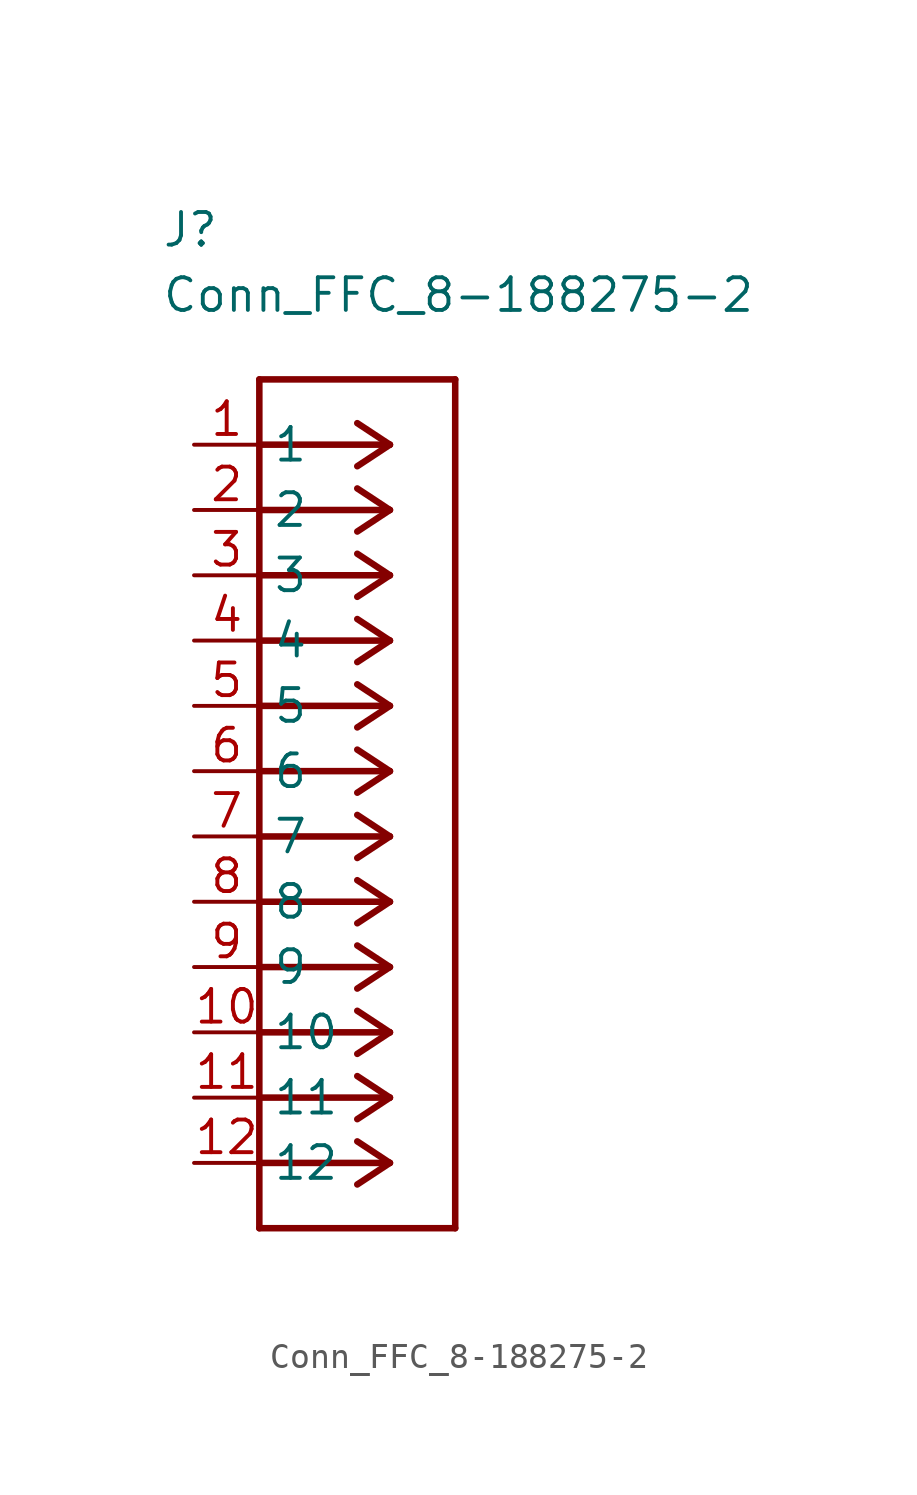
<source format=kicad_sym>
(kicad_symbol_lib
  (version 20211014)
  (generator kicad_symbol_editor)
  (symbol "Conn_FFC_8-188275-2"
    (property "Reference" "J"
      (at -1.27 7.62 0)
      (effects (font (size 1.27 1.27) (thickness 0.15)) (justify left bottom)))
    (property "Value" "Conn_FFC_8-188275-2"
      (at -1.27 5.08 0)
      (effects (font (size 1.27 1.27) (thickness 0.15)) (justify left bottom)))
    (symbol "Conn_FFC_8-188275-2_1_1"
      (polyline (pts (xy 2.54 -30.48) (xy 10.16 -30.48)) (stroke (width 0.254) (type default) (color 0 0 0 0)) (fill (type background)))
      (polyline (pts (xy 2.54 2.54) (xy 2.54 -30.48)) (stroke (width 0.254) (type default) (color 0 0 0 0)) (fill (type background)))
      (polyline (pts (xy 7.62 -27.94) (xy 2.54 -27.94)) (stroke (width 0.254) (type default) (color 0 0 0 0)) (fill (type background)))
      (polyline (pts (xy 7.62 -27.94) (xy 6.35 -28.778)) (stroke (width 0.254) (type default) (color 0 0 0 0)) (fill (type background)))
      (polyline (pts (xy 7.62 -27.94) (xy 6.35 -27.102)) (stroke (width 0.254) (type default) (color 0 0 0 0)) (fill (type background)))
      (polyline (pts (xy 7.62 -25.4) (xy 2.54 -25.4)) (stroke (width 0.254) (type default) (color 0 0 0 0)) (fill (type background)))
      (polyline (pts (xy 7.62 -25.4) (xy 6.35 -26.238)) (stroke (width 0.254) (type default) (color 0 0 0 0)) (fill (type background)))
      (polyline (pts (xy 7.62 -25.4) (xy 6.35 -24.562)) (stroke (width 0.254) (type default) (color 0 0 0 0)) (fill (type background)))
      (polyline (pts (xy 7.62 -22.86) (xy 2.54 -22.86)) (stroke (width 0.254) (type default) (color 0 0 0 0)) (fill (type background)))
      (polyline (pts (xy 7.62 -22.86) (xy 6.35 -23.698)) (stroke (width 0.254) (type default) (color 0 0 0 0)) (fill (type background)))
      (polyline (pts (xy 7.62 -22.86) (xy 6.35 -22.022)) (stroke (width 0.254) (type default) (color 0 0 0 0)) (fill (type background)))
      (polyline (pts (xy 7.62 -20.32) (xy 2.54 -20.32)) (stroke (width 0.254) (type default) (color 0 0 0 0)) (fill (type background)))
      (polyline (pts (xy 7.62 -20.32) (xy 6.35 -21.158)) (stroke (width 0.254) (type default) (color 0 0 0 0)) (fill (type background)))
      (polyline (pts (xy 7.62 -20.32) (xy 6.35 -19.482)) (stroke (width 0.254) (type default) (color 0 0 0 0)) (fill (type background)))
      (polyline (pts (xy 7.62 -17.78) (xy 2.54 -17.78)) (stroke (width 0.254) (type default) (color 0 0 0 0)) (fill (type background)))
      (polyline (pts (xy 7.62 -17.78) (xy 6.35 -18.618)) (stroke (width 0.254) (type default) (color 0 0 0 0)) (fill (type background)))
      (polyline (pts (xy 7.62 -17.78) (xy 6.35 -16.942)) (stroke (width 0.254) (type default) (color 0 0 0 0)) (fill (type background)))
      (polyline (pts (xy 7.62 -15.24) (xy 2.54 -15.24)) (stroke (width 0.254) (type default) (color 0 0 0 0)) (fill (type background)))
      (polyline (pts (xy 7.62 -15.24) (xy 6.35 -16.078)) (stroke (width 0.254) (type default) (color 0 0 0 0)) (fill (type background)))
      (polyline (pts (xy 7.62 -15.24) (xy 6.35 -14.402)) (stroke (width 0.254) (type default) (color 0 0 0 0)) (fill (type background)))
      (polyline (pts (xy 7.62 -12.7) (xy 2.54 -12.7)) (stroke (width 0.254) (type default) (color 0 0 0 0)) (fill (type background)))
      (polyline (pts (xy 7.62 -12.7) (xy 6.35 -13.538)) (stroke (width 0.254) (type default) (color 0 0 0 0)) (fill (type background)))
      (polyline (pts (xy 7.62 -12.7) (xy 6.35 -11.862)) (stroke (width 0.254) (type default) (color 0 0 0 0)) (fill (type background)))
      (polyline (pts (xy 7.62 -10.16) (xy 2.54 -10.16)) (stroke (width 0.254) (type default) (color 0 0 0 0)) (fill (type background)))
      (polyline (pts (xy 7.62 -10.16) (xy 6.35 -10.998)) (stroke (width 0.254) (type default) (color 0 0 0 0)) (fill (type background)))
      (polyline (pts (xy 7.62 -10.16) (xy 6.35 -9.322)) (stroke (width 0.254) (type default) (color 0 0 0 0)) (fill (type background)))
      (polyline (pts (xy 7.62 -7.62) (xy 2.54 -7.62)) (stroke (width 0.254) (type default) (color 0 0 0 0)) (fill (type background)))
      (polyline (pts (xy 7.62 -7.62) (xy 6.35 -8.458)) (stroke (width 0.254) (type default) (color 0 0 0 0)) (fill (type background)))
      (polyline (pts (xy 7.62 -7.62) (xy 6.35 -6.782)) (stroke (width 0.254) (type default) (color 0 0 0 0)) (fill (type background)))
      (polyline (pts (xy 7.62 -5.08) (xy 2.54 -5.08)) (stroke (width 0.254) (type default) (color 0 0 0 0)) (fill (type background)))
      (polyline (pts (xy 7.62 -5.08) (xy 6.35 -5.918)) (stroke (width 0.254) (type default) (color 0 0 0 0)) (fill (type background)))
      (polyline (pts (xy 7.62 -5.08) (xy 6.35 -4.242)) (stroke (width 0.254) (type default) (color 0 0 0 0)) (fill (type background)))
      (polyline (pts (xy 7.62 -2.54) (xy 2.54 -2.54)) (stroke (width 0.254) (type default) (color 0 0 0 0)) (fill (type background)))
      (polyline (pts (xy 7.62 -2.54) (xy 6.35 -3.378)) (stroke (width 0.254) (type default) (color 0 0 0 0)) (fill (type background)))
      (polyline (pts (xy 7.62 -2.54) (xy 6.35 -1.702)) (stroke (width 0.254) (type default) (color 0 0 0 0)) (fill (type background)))
      (polyline (pts (xy 7.62 0) (xy 2.54 0)) (stroke (width 0.254) (type default) (color 0 0 0 0)) (fill (type background)))
      (polyline (pts (xy 7.62 0) (xy 6.35 -0.838)) (stroke (width 0.254) (type default) (color 0 0 0 0)) (fill (type background)))
      (polyline (pts (xy 7.62 0) (xy 6.35 0.838)) (stroke (width 0.254) (type default) (color 0 0 0 0)) (fill (type background)))
      (polyline (pts (xy 10.16 -30.48) (xy 10.16 2.54)) (stroke (width 0.254) (type default) (color 0 0 0 0)) (fill (type background)))
      (polyline (pts (xy 10.16 2.54) (xy 2.54 2.54)) (stroke (width 0.254) (type default) (color 0 0 0 0)) (fill (type background)))
      (pin passive line (at 0 0 0) (length 2.54) (name "1" (effects (font (size 1.27 1.27)))) (number "1" (effects (font (size 1.27 1.27)))))
      (pin passive line (at 0 -22.86 0) (length 2.54) (name "10" (effects (font (size 1.27 1.27)))) (number "10" (effects (font (size 1.27 1.27)))))
      (pin passive line (at 0 -25.4 0) (length 2.54) (name "11" (effects (font (size 1.27 1.27)))) (number "11" (effects (font (size 1.27 1.27)))))
      (pin passive line (at 0 -27.94 0) (length 2.54) (name "12" (effects (font (size 1.27 1.27)))) (number "12" (effects (font (size 1.27 1.27)))))
      (pin passive line (at 0 -2.54 0) (length 2.54) (name "2" (effects (font (size 1.27 1.27)))) (number "2" (effects (font (size 1.27 1.27)))))
      (pin passive line (at 0 -5.08 0) (length 2.54) (name "3" (effects (font (size 1.27 1.27)))) (number "3" (effects (font (size 1.27 1.27)))))
      (pin passive line (at 0 -7.62 0) (length 2.54) (name "4" (effects (font (size 1.27 1.27)))) (number "4" (effects (font (size 1.27 1.27)))))
      (pin passive line (at 0 -10.16 0) (length 2.54) (name "5" (effects (font (size 1.27 1.27)))) (number "5" (effects (font (size 1.27 1.27)))))
      (pin passive line (at 0 -12.7 0) (length 2.54) (name "6" (effects (font (size 1.27 1.27)))) (number "6" (effects (font (size 1.27 1.27)))))
      (pin passive line (at 0 -15.24 0) (length 2.54) (name "7" (effects (font (size 1.27 1.27)))) (number "7" (effects (font (size 1.27 1.27)))))
      (pin passive line (at 0 -17.78 0) (length 2.54) (name "8" (effects (font (size 1.27 1.27)))) (number "8" (effects (font (size 1.27 1.27)))))
      (pin passive line (at 0 -20.32 0) (length 2.54) (name "9" (effects (font (size 1.27 1.27)))) (number "9" (effects (font (size 1.27 1.27))))))))
</source>
